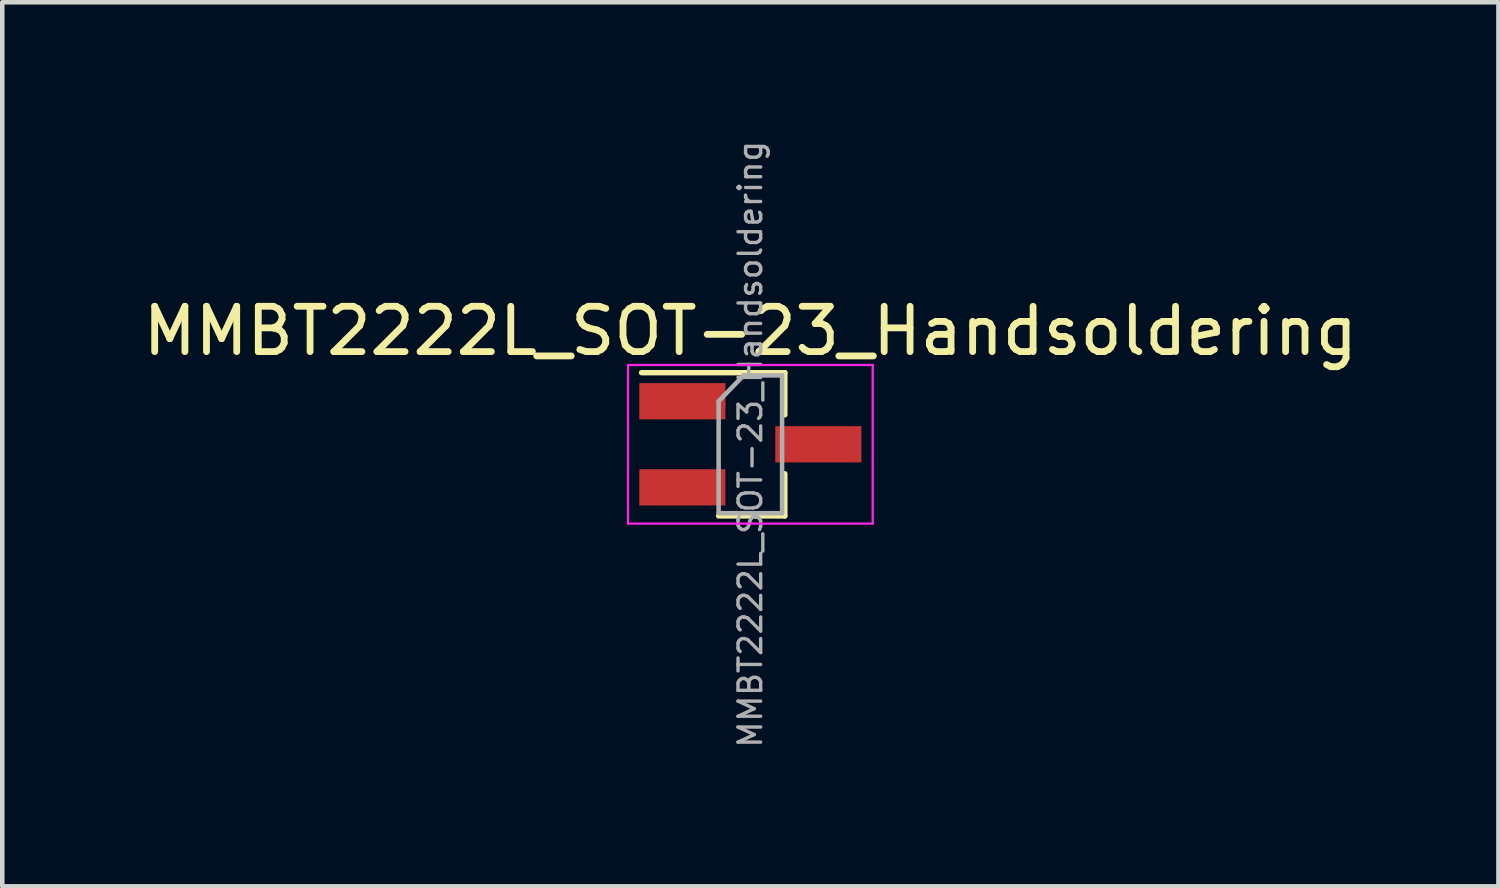
<source format=kicad_pcb>
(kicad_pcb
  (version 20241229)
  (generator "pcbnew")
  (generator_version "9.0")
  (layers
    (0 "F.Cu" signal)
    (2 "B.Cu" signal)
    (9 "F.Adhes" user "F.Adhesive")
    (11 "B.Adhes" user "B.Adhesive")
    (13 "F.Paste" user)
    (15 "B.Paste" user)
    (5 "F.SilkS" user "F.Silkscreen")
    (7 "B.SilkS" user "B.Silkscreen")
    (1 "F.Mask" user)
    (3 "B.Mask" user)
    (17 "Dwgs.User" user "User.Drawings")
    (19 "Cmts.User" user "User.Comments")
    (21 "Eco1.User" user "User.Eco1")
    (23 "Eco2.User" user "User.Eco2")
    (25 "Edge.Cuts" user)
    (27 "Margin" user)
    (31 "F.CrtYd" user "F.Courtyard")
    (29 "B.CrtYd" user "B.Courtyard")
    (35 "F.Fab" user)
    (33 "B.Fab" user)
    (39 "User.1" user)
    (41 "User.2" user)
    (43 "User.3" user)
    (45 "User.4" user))
  (footprint "MMBT2222L_SOT-23_Handsoldering"
    (layer "F.Cu")
    (at 13.506 6.753)
    (property "Reference" "MMBT2222L_SOT-23_Handsoldering" (at 0 -2.5 0) (layer "F.SilkS") (effects (font (size 1 1) (thickness 0.15))))
    (attr smd)
    (fp_line (start 0.76 -1.58) (end -2.4 -1.58) (stroke (width 0.12) (type solid)) (layer "F.SilkS"))
    (fp_line (start 0.76 -1.58) (end 0.76 -0.65) (stroke (width 0.12) (type solid)) (layer "F.SilkS"))
    (fp_line (start 0.76 1.58) (end -0.7 1.58) (stroke (width 0.12) (type solid)) (layer "F.SilkS"))
    (fp_line (start 0.76 1.58) (end 0.76 0.65) (stroke (width 0.12) (type solid)) (layer "F.SilkS"))
    (fp_line (start -2.7 -1.75) (end 2.7 -1.75) (stroke (width 0.05) (type solid)) (layer "F.CrtYd"))
    (fp_line (start -2.7 1.75) (end -2.7 -1.75) (stroke (width 0.05) (type solid)) (layer "F.CrtYd"))
    (fp_line (start 2.7 -1.75) (end 2.7 1.75) (stroke (width 0.05) (type solid)) (layer "F.CrtYd"))
    (fp_line (start 2.7 1.75) (end -2.7 1.75) (stroke (width 0.05) (type solid)) (layer "F.CrtYd"))
    (fp_line (start -0.7 -0.95) (end -0.7 1.5) (stroke (width 0.1) (type solid)) (layer "F.Fab"))
    (fp_line (start -0.7 -0.95) (end -0.15 -1.52) (stroke (width 0.1) (type solid)) (layer "F.Fab"))
    (fp_line (start -0.7 1.52) (end 0.7 1.52) (stroke (width 0.1) (type solid)) (layer "F.Fab"))
    (fp_line (start -0.15 -1.52) (end 0.7 -1.52) (stroke (width 0.1) (type solid)) (layer "F.Fab"))
    (fp_line (start 0.7 -1.52) (end 0.7 1.52) (stroke (width 0.1) (type solid)) (layer "F.Fab"))
    (fp_text user "${REFERENCE}" (at 0 0 90) (layer "F.Fab") (effects (font (size 0.5 0.5) (thickness 0.075))))
    (pad "1" smd rect (at -1.5 -0.95) (size 1.9 0.8) (layers "F.Cu" "F.Mask" "F.Paste"))
    (pad "2" smd rect (at -1.5 0.95) (size 1.9 0.8) (layers "F.Cu" "F.Mask" "F.Paste"))
    (pad "3" smd rect (at 1.5 0) (size 1.9 0.8) (layers "F.Cu" "F.Mask" "F.Paste")))
  (gr_rect
    (start -3 -3)
    (end 30.012 16.506)
    (stroke (width 0.1) (type default))
    (fill no)
    (layer "Edge.Cuts")))
</source>
